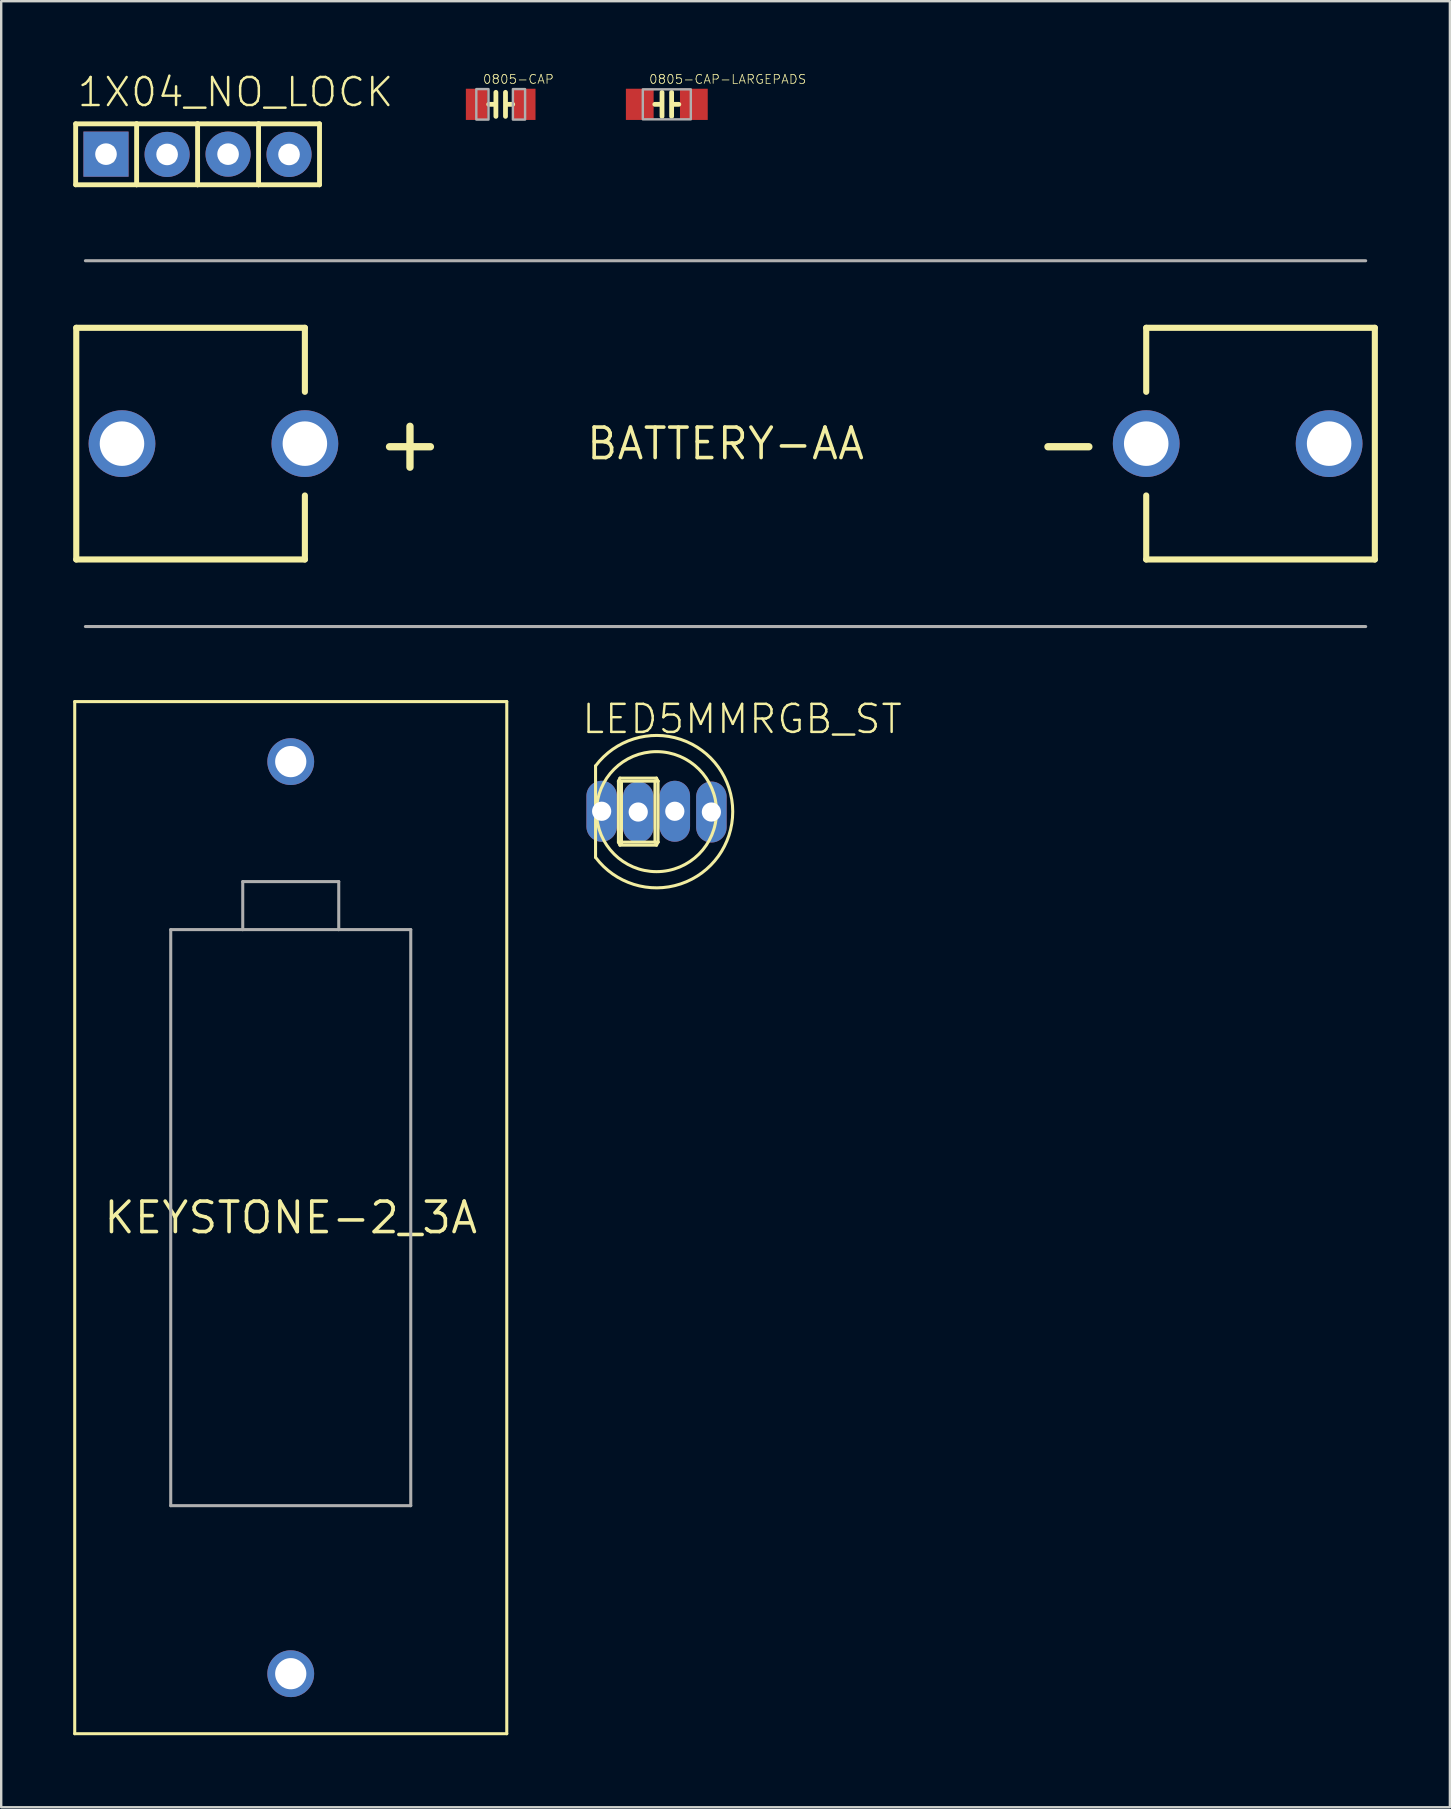
<source format=kicad_pcb>
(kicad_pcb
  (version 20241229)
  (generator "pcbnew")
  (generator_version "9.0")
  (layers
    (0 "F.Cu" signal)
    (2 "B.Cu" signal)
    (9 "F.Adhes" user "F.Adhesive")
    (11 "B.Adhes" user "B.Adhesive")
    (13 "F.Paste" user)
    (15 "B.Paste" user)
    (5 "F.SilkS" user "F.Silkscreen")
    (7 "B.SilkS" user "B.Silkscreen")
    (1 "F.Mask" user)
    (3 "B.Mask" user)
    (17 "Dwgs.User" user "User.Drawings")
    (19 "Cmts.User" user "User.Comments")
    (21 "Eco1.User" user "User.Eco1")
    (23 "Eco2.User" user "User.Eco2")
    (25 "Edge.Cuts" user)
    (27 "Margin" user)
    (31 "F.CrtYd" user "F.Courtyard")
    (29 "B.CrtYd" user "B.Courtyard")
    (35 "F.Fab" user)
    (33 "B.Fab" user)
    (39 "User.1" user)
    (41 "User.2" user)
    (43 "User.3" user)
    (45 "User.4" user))
  (footprint "0805-CAP"
    (layer "F.Cu")
    (at 17.81 1.297)
    (property "Reference" "0805-CAP" (at -0.762 -0.826 0) (unlocked yes) (layer "F.SilkS") (effects (font (size 0.374 0.374) (thickness 0.033)) (justify left bottom)))
    (fp_line (start -0.3 0) (end -0.5 0) (stroke (width 0.2) (type solid)) (layer "F.SilkS"))
    (fp_line (start -0.2 -0.5) (end -0.2 0.5) (stroke (width 0.2) (type solid)) (layer "F.SilkS"))
    (fp_line (start 0.2 -0.5) (end 0.2 0.5) (stroke (width 0.2) (type solid)) (layer "F.SilkS"))
    (fp_line (start 0.3 0) (end 0.5 0) (stroke (width 0.2) (type solid)) (layer "F.SilkS"))
    (fp_poly (pts (xy -1.016 0.635) (xy -0.508 0.635) (xy -0.508 -0.635) (xy -1.016 -0.635)) (stroke (width 0.1) (type default)) (fill no) (layer "F.Fab"))
    (fp_poly (pts (xy 0.508 0.635) (xy 1.016 0.635) (xy 1.016 -0.635) (xy 0.508 -0.635)) (stroke (width 0.1) (type default)) (fill no) (layer "F.Fab"))
    (pad "1" smd rect (at -1 0) (size 0.902 1.3) (layers "F.Cu" "F.Mask" "F.Paste"))
    (pad "2" smd rect (at 1 0) (size 0.902 1.3) (layers "F.Cu" "F.Mask" "F.Paste")))
  (footprint "BATTERY-AA"
    (layer "F.Cu")
    (at 27.178 15.433)
    (property "Reference" "BATTERY-AA" (at 0 0 0) (layer "F.SilkS") (effects (font (size 1.27 1.27) (thickness 0.15))))
    (fp_line (start -27.051 -4.826) (end -17.526 -4.826) (stroke (width 0.254) (type solid)) (layer "F.SilkS"))
    (fp_line (start -27.051 4.826) (end -27.051 -4.826) (stroke (width 0.254) (type solid)) (layer "F.SilkS"))
    (fp_line (start -17.526 -4.826) (end -17.526 -2.159) (stroke (width 0.254) (type solid)) (layer "F.SilkS"))
    (fp_line (start -17.526 2.159) (end -17.526 4.826) (stroke (width 0.254) (type solid)) (layer "F.SilkS"))
    (fp_line (start -17.526 4.826) (end -27.051 4.826) (stroke (width 0.254) (type solid)) (layer "F.SilkS"))
    (fp_line (start 17.526 -4.826) (end 17.526 -2.159) (stroke (width 0.254) (type solid)) (layer "F.SilkS"))
    (fp_line (start 17.526 2.159) (end 17.526 4.826) (stroke (width 0.254) (type solid)) (layer "F.SilkS"))
    (fp_line (start 17.526 4.826) (end 27.051 4.826) (stroke (width 0.254) (type solid)) (layer "F.SilkS"))
    (fp_line (start 27.051 -4.826) (end 17.526 -4.826) (stroke (width 0.254) (type solid)) (layer "F.SilkS"))
    (fp_line (start 27.051 4.826) (end 27.051 -4.826) (stroke (width 0.254) (type solid)) (layer "F.SilkS"))
    (fp_line (start -26.67 -7.62) (end 26.67 -7.62) (stroke (width 0.127) (type solid)) (layer "F.Fab"))
    (fp_line (start 26.67 7.62) (end -26.67 7.62) (stroke (width 0.127) (type solid)) (layer "F.Fab"))
    (fp_text user "-" (at 12.7 1.27 0) (unlocked yes) (layer "F.SilkS") (effects (font (size 2.235 2.235) (thickness 0.305)) (justify left bottom)))
    (fp_text user "+" (at -14.732 1.27 0) (unlocked yes) (layer "F.SilkS") (effects (font (size 2.235 2.235) (thickness 0.305)) (justify left bottom)))
    (pad "GND@1" thru_hole circle (at 25.146 0) (size 2.781 2.781) (drill 1.854) (layers "*.Cu" "*.Mask"))
    (pad "GND@2" thru_hole circle (at 17.526 0) (size 2.781 2.781) (drill 1.854) (layers "*.Cu" "*.Mask"))
    (pad "PWR@1" thru_hole circle (at -25.146 0) (size 2.781 2.781) (drill 1.854) (layers "*.Cu" "*.Mask"))
    (pad "PWR@2" thru_hole circle (at -17.526 0 90) (size 2.781 2.781) (drill 1.854) (layers "*.Cu" "*.Mask")))
  (footprint "LED5MMRGB_ST"
    (layer "F.Cu")
    (at 24.302 30.765)
    (property "Reference" "LED5MMRGB_ST" (at -3.175 -3.175 0) (unlocked yes) (layer "F.SilkS") (effects (font (size 1.168 1.168) (thickness 0.102)) (justify left bottom)))
    (fp_line (start -2.54 -1.905) (end -2.54 1.905) (stroke (width 0.127) (type solid)) (layer "F.SilkS"))
    (fp_line (start -1.587 -1.27) (end -1.524 -1.397) (stroke (width 0.127) (type solid)) (layer "F.SilkS"))
    (fp_line (start -1.587 -1.27) (end -0.064 -1.27) (stroke (width 0.127) (type solid)) (layer "F.SilkS"))
    (fp_line (start -1.587 1.27) (end -1.587 -1.27) (stroke (width 0.127) (type solid)) (layer "F.SilkS"))
    (fp_line (start -1.524 -1.397) (end 0 -1.397) (stroke (width 0.127) (type solid)) (layer "F.SilkS"))
    (fp_line (start -1.524 1.397) (end -1.587 1.27) (stroke (width 0.127) (type solid)) (layer "F.SilkS"))
    (fp_line (start -1.46 1.333) (end -1.46 -1.206) (stroke (width 0.127) (type solid)) (layer "F.SilkS"))
    (fp_line (start -0.064 -1.27) (end -0.064 1.27) (stroke (width 0.127) (type solid)) (layer "F.SilkS"))
    (fp_line (start -0.064 -1.27) (end 0.064 -1.27) (stroke (width 0.127) (type solid)) (layer "F.SilkS"))
    (fp_line (start -0.064 1.27) (end -1.587 1.27) (stroke (width 0.127) (type solid)) (layer "F.SilkS"))
    (fp_line (start 0 -1.397) (end 0.064 -1.27) (stroke (width 0.127) (type solid)) (layer "F.SilkS"))
    (fp_line (start 0 1.397) (end -1.524 1.397) (stroke (width 0.127) (type solid)) (layer "F.SilkS"))
    (fp_line (start 0.064 -1.27) (end 0.064 1.27) (stroke (width 0.127) (type solid)) (layer "F.SilkS"))
    (fp_line (start 0.064 1.27) (end -0.064 1.27) (stroke (width 0.127) (type solid)) (layer "F.SilkS"))
    (fp_line (start 0.064 1.27) (end 0 1.397) (stroke (width 0.127) (type solid)) (layer "F.SilkS"))
    (fp_arc (start -2.54 -1.905) (mid 3.175 0) (end -2.54 1.905) (stroke (width 0.127) (type solid)) (layer "F.SilkS"))
    (fp_circle (center 0 0) (end 2.5 0) (stroke (width 0.127) (type solid)) (fill no) (layer "F.SilkS"))
    (pad "1" thru_hole oval (at -2.286 -0.016 90) (size 2.54 1.27) (drill 0.8) (layers "*.Cu" "*.Mask"))
    (pad "2" thru_hole oval (at -0.762 0.016 90) (size 2.54 1.27) (drill 0.8) (layers "*.Cu" "*.Mask"))
    (pad "3" thru_hole oval (at 0.762 -0.016 90) (size 2.54 1.27) (drill 0.8) (layers "*.Cu" "*.Mask"))
    (pad "4" thru_hole oval (at 2.286 0.016 90) (size 2.54 1.27) (drill 0.8) (layers "*.Cu" "*.Mask")))
  (footprint "0805-CAP-LARGEPADS"
    (layer "F.Cu")
    (at 24.731 1.297)
    (property "Reference" "0805-CAP-LARGEPADS" (at -0.762 -0.826 0) (unlocked yes) (layer "F.SilkS") (effects (font (size 0.374 0.374) (thickness 0.033)) (justify left bottom)))
    (fp_line (start -0.3 0) (end -0.5 0) (stroke (width 0.2) (type solid)) (layer "F.SilkS"))
    (fp_line (start -0.2 -0.5) (end -0.2 0.5) (stroke (width 0.2) (type solid)) (layer "F.SilkS"))
    (fp_line (start 0.2 -0.5) (end 0.2 0.5) (stroke (width 0.2) (type solid)) (layer "F.SilkS"))
    (fp_line (start 0.3 0) (end 0.5 0) (stroke (width 0.2) (type solid)) (layer "F.SilkS"))
    (fp_poly (pts (xy -1 0.625) (xy 1 0.625) (xy 1 -0.625) (xy -1 -0.625)) (stroke (width 0.1) (type default)) (fill no) (layer "F.Fab"))
    (pad "1" smd rect (at -1.127 0) (size 1.156 1.3) (layers "F.Cu" "F.Mask" "F.Paste"))
    (pad "2" smd rect (at 1.127 0) (size 1.156 1.3) (layers "F.Cu" "F.Mask" "F.Paste")))
  (footprint "KEYSTONE-2_3A"
    (layer "F.Cu")
    (at 9.063 47.68)
    (property "Reference" "KEYSTONE-2_3A" (at 0 0 0) (layer "F.SilkS") (effects (font (size 1.27 1.27) (thickness 0.15))))
    (fp_line (start -9 -21.5) (end -9 21.5) (stroke (width 0.127) (type solid)) (layer "F.SilkS"))
    (fp_line (start -9 21.5) (end 9 21.5) (stroke (width 0.127) (type solid)) (layer "F.SilkS"))
    (fp_line (start 9 -21.5) (end -9 -21.5) (stroke (width 0.127) (type solid)) (layer "F.SilkS"))
    (fp_line (start 9 21.5) (end 9 -21.5) (stroke (width 0.127) (type solid)) (layer "F.SilkS"))
    (fp_line (start -5 -12) (end -2 -12) (stroke (width 0.127) (type solid)) (layer "F.Fab"))
    (fp_line (start -5 12) (end -5 -12) (stroke (width 0.127) (type solid)) (layer "F.Fab"))
    (fp_line (start -2 -14) (end -2 -12) (stroke (width 0.127) (type solid)) (layer "F.Fab"))
    (fp_line (start -2 -14) (end 2 -14) (stroke (width 0.127) (type solid)) (layer "F.Fab"))
    (fp_line (start -2 -12) (end 2 -12) (stroke (width 0.127) (type solid)) (layer "F.Fab"))
    (fp_line (start 2 -14) (end 2 -12) (stroke (width 0.127) (type solid)) (layer "F.Fab"))
    (fp_line (start 2 -12) (end 5 -12) (stroke (width 0.127) (type solid)) (layer "F.Fab"))
    (fp_line (start 5 -12) (end 5 12) (stroke (width 0.127) (type solid)) (layer "F.Fab"))
    (fp_line (start 5 12) (end -5 12) (stroke (width 0.127) (type solid)) (layer "F.Fab"))
    (pad "+VE" thru_hole circle (at 0 -19) (size 1.95 1.95) (drill 1.3) (layers "*.Cu" "*.Mask"))
    (pad "-VE" thru_hole circle (at 0 19) (size 1.95 1.95) (drill 1.3) (layers "*.Cu" "*.Mask")))
  (footprint "1X04_NO_LOCK"
    (layer "F.Cu")
    (at 5.182 3.251)
    (property "Reference" "1X04_NO_LOCK" (at -5.08 -1.778 0) (unlocked yes) (layer "F.SilkS") (effects (font (size 1.168 1.168) (thickness 0.102)) (justify left bottom)))
    (fp_line (start -5.08 -1.143) (end -2.54 -1.143) (stroke (width 0.203) (type solid)) (layer "F.SilkS"))
    (fp_line (start -5.08 1.397) (end -5.08 -1.143) (stroke (width 0.203) (type solid)) (layer "F.SilkS"))
    (fp_line (start -2.54 -1.143) (end -2.54 1.397) (stroke (width 0.203) (type solid)) (layer "F.SilkS"))
    (fp_line (start -2.54 -1.143) (end 0 -1.143) (stroke (width 0.203) (type solid)) (layer "F.SilkS"))
    (fp_line (start -2.54 1.397) (end -5.08 1.397) (stroke (width 0.203) (type solid)) (layer "F.SilkS"))
    (fp_line (start 0 -1.143) (end 0 1.397) (stroke (width 0.203) (type solid)) (layer "F.SilkS"))
    (fp_line (start 0 -1.143) (end 2.54 -1.143) (stroke (width 0.203) (type solid)) (layer "F.SilkS"))
    (fp_line (start 0 1.397) (end -2.54 1.397) (stroke (width 0.203) (type solid)) (layer "F.SilkS"))
    (fp_line (start 2.54 -1.143) (end 2.54 1.397) (stroke (width 0.203) (type solid)) (layer "F.SilkS"))
    (fp_line (start 2.54 -1.143) (end 5.08 -1.143) (stroke (width 0.203) (type solid)) (layer "F.SilkS"))
    (fp_line (start 2.54 1.397) (end 0 1.397) (stroke (width 0.203) (type solid)) (layer "F.SilkS"))
    (fp_line (start 5.08 -1.143) (end 5.08 1.397) (stroke (width 0.203) (type solid)) (layer "F.SilkS"))
    (fp_line (start 5.08 1.397) (end 2.54 1.397) (stroke (width 0.203) (type solid)) (layer "F.SilkS"))
    (fp_poly (pts (xy -4.102 0.419) (xy -3.518 0.419) (xy -3.518 -0.165) (xy -4.102 -0.165)) (stroke (width 0.1) (type default)) (fill no) (layer "F.Fab"))
    (fp_poly (pts (xy -1.562 0.419) (xy -0.978 0.419) (xy -0.978 -0.165) (xy -1.562 -0.165)) (stroke (width 0.1) (type default)) (fill no) (layer "F.Fab"))
    (fp_poly (pts (xy 0.978 0.419) (xy 1.562 0.419) (xy 1.562 -0.165) (xy 0.978 -0.165)) (stroke (width 0.1) (type default)) (fill no) (layer "F.Fab"))
    (fp_poly (pts (xy 3.518 0.419) (xy 4.102 0.419) (xy 4.102 -0.165) (xy 3.518 -0.165)) (stroke (width 0.1) (type default)) (fill no) (layer "F.Fab"))
    (pad "1" thru_hole rect (at -3.816 0.121) (size 1.88 1.88) (drill 0.9) (layers "*.Cu" "*.Mask"))
    (pad "2" thru_hole circle (at -1.27 0.133) (size 1.88 1.88) (drill 0.9) (layers "*.Cu" "*.Mask"))
    (pad "3" thru_hole circle (at 1.27 0.121) (size 1.88 1.88) (drill 0.9) (layers "*.Cu" "*.Mask"))
    (pad "4" thru_hole circle (at 3.81 0.133) (size 1.88 1.88) (drill 0.9) (layers "*.Cu" "*.Mask")))
  (gr_rect
    (start -3 -3)
    (end 57.356 72.244)
    (stroke (width 0.1) (type default))
    (fill no)
    (layer "Edge.Cuts")))
</source>
